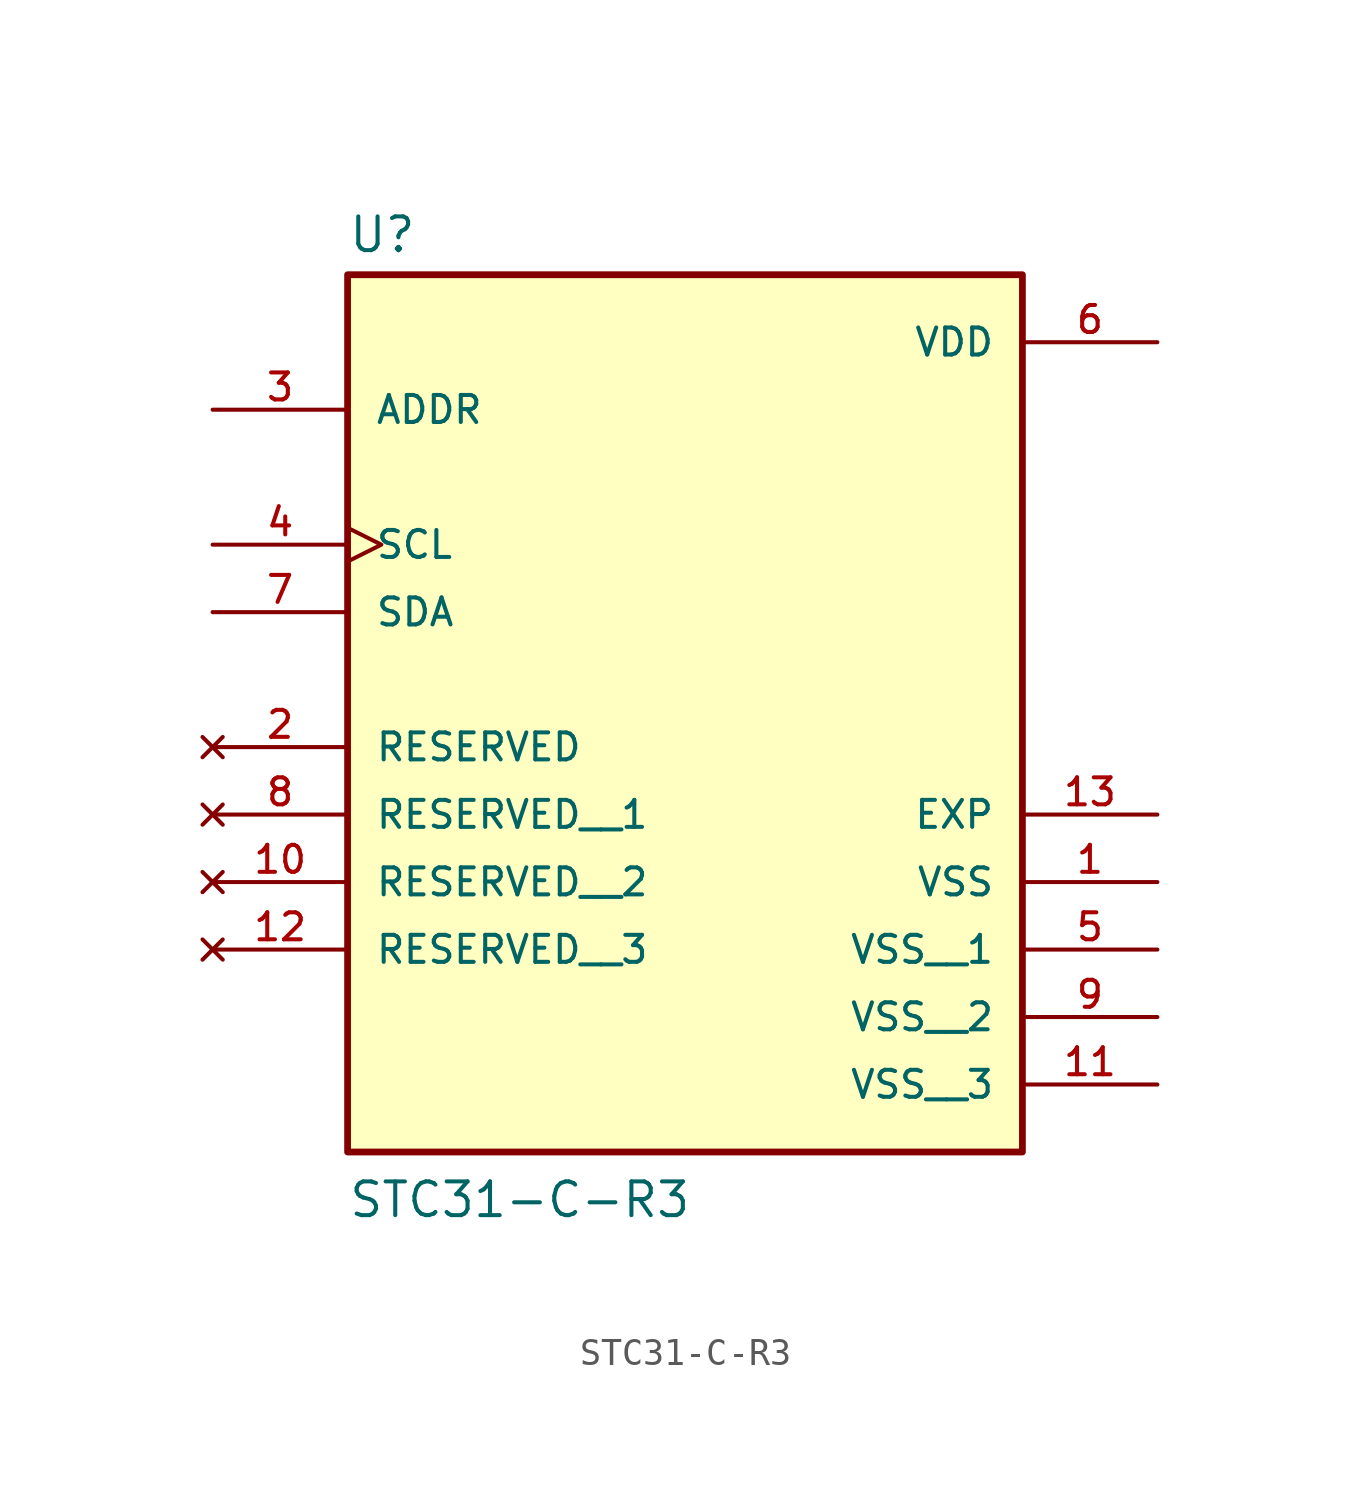
<source format=kicad_sym>
(kicad_symbol_lib
  (version 20211014)
  (generator kicad_symbol_editor)
  (symbol "STC31-C-R3"
    (pin_names
      (offset 1.016))
    (property "Reference" "U"
      (at -12.7 13.462 0)
      (effects (font (size 1.27 1.27)) (justify bottom left)))
    (property "Value" "STC31-C-R3"
      (at -12.7 -22.86 0)
      (effects (font (size 1.27 1.27)) (justify bottom left)))
    (symbol "STC31-C-R3_0_0"
      (rectangle (start -12.7 -20.32) (end 12.7 12.7) (stroke (width 0.254)) (fill (type background)))
      (pin input clock (at -17.78 2.54 0) (length 5.08) (name "SCL" (effects (font (size 1.016 1.016)))) (number "4" (effects (font (size 1.016 1.016)))))
      (pin bidirectional line (at -17.78 0.0 0) (length 5.08) (name "SDA" (effects (font (size 1.016 1.016)))) (number "7" (effects (font (size 1.016 1.016)))))
      (pin power_in line (at 17.78 10.16 180.0) (length 5.08) (name "VDD" (effects (font (size 1.016 1.016)))) (number "6" (effects (font (size 1.016 1.016)))))
      (pin power_in line (at 17.78 -10.16 180.0) (length 5.08) (name "VSS" (effects (font (size 1.016 1.016)))) (number "1" (effects (font (size 1.016 1.016)))))
      (pin power_in line (at 17.78 -7.62 180.0) (length 5.08) (name "EXP" (effects (font (size 1.016 1.016)))) (number "13" (effects (font (size 1.016 1.016)))))
      (pin no_connect line (at -17.78 -5.08 0) (length 5.08) (name "RESERVED" (effects (font (size 1.016 1.016)))) (number "2" (effects (font (size 1.016 1.016)))))
      (pin input line (at -17.78 7.62 0) (length 5.08) (name "ADDR" (effects (font (size 1.016 1.016)))) (number "3" (effects (font (size 1.016 1.016)))))
      (pin no_connect line (at -17.78 -7.62 0) (length 5.08) (name "RESERVED__1" (effects (font (size 1.016 1.016)))) (number "8" (effects (font (size 1.016 1.016)))))
      (pin no_connect line (at -17.78 -10.16 0) (length 5.08) (name "RESERVED__2" (effects (font (size 1.016 1.016)))) (number "10" (effects (font (size 1.016 1.016)))))
      (pin no_connect line (at -17.78 -12.7 0) (length 5.08) (name "RESERVED__3" (effects (font (size 1.016 1.016)))) (number "12" (effects (font (size 1.016 1.016)))))
      (pin power_in line (at 17.78 -12.7 180.0) (length 5.08) (name "VSS__1" (effects (font (size 1.016 1.016)))) (number "5" (effects (font (size 1.016 1.016)))))
      (pin power_in line (at 17.78 -15.24 180.0) (length 5.08) (name "VSS__2" (effects (font (size 1.016 1.016)))) (number "9" (effects (font (size 1.016 1.016)))))
      (pin power_in line (at 17.78 -17.78 180.0) (length 5.08) (name "VSS__3" (effects (font (size 1.016 1.016)))) (number "11" (effects (font (size 1.016 1.016))))))))
</source>
